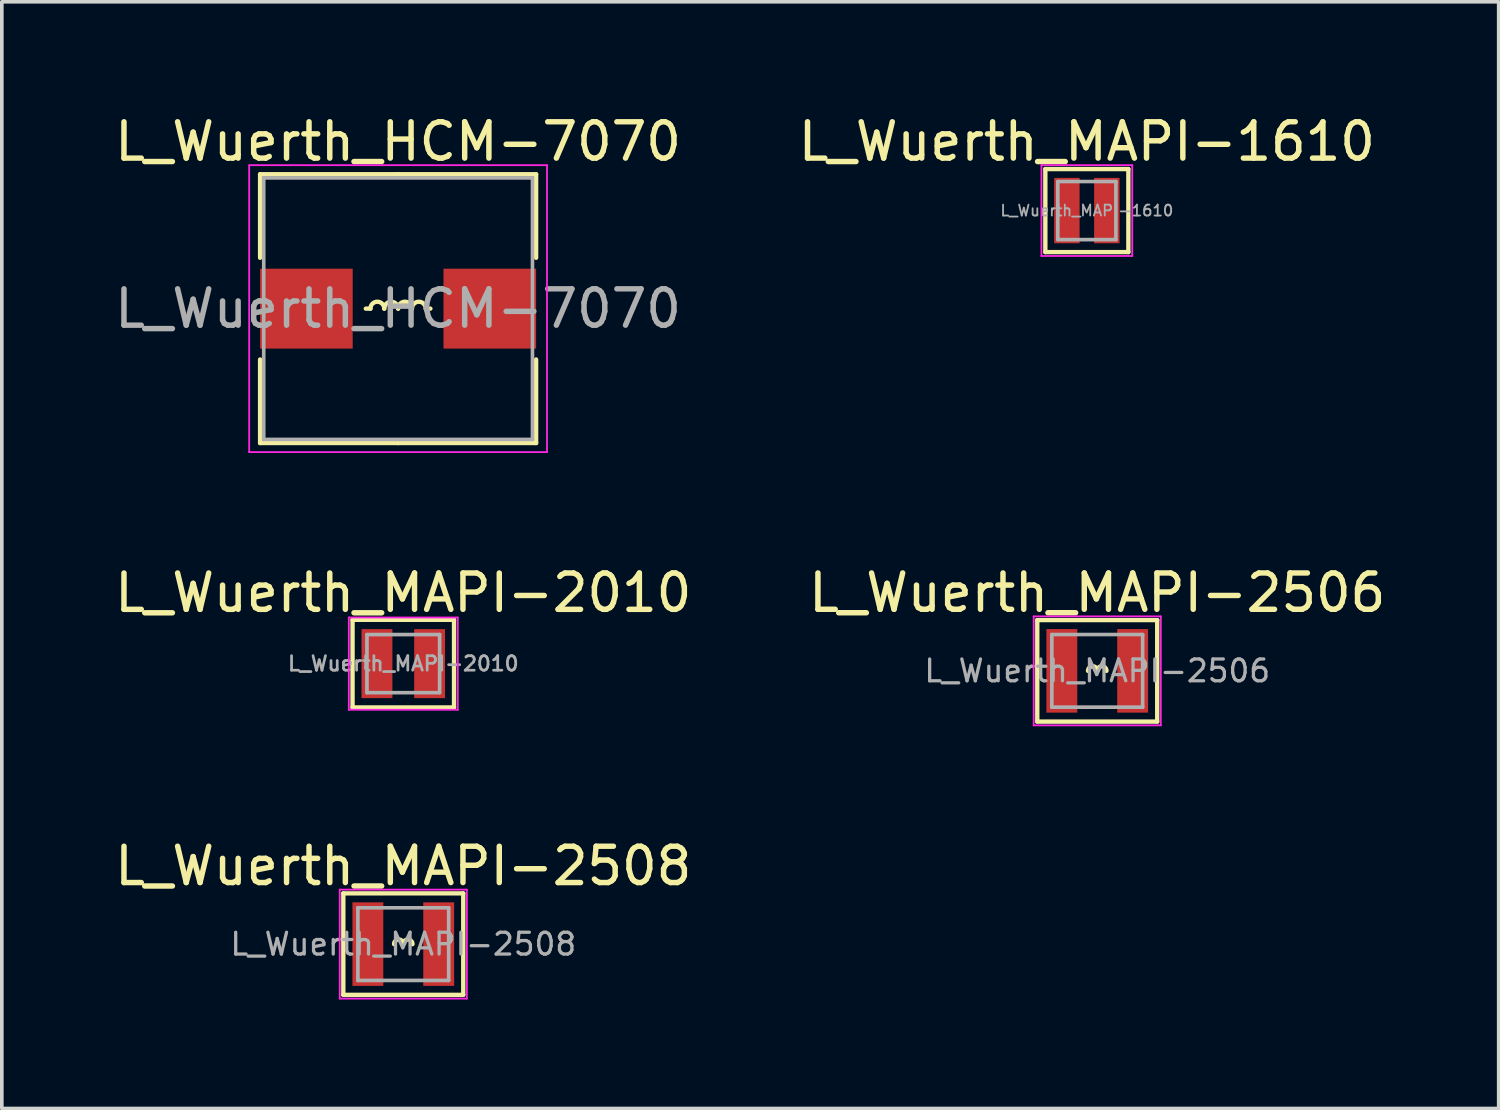
<source format=kicad_pcb>
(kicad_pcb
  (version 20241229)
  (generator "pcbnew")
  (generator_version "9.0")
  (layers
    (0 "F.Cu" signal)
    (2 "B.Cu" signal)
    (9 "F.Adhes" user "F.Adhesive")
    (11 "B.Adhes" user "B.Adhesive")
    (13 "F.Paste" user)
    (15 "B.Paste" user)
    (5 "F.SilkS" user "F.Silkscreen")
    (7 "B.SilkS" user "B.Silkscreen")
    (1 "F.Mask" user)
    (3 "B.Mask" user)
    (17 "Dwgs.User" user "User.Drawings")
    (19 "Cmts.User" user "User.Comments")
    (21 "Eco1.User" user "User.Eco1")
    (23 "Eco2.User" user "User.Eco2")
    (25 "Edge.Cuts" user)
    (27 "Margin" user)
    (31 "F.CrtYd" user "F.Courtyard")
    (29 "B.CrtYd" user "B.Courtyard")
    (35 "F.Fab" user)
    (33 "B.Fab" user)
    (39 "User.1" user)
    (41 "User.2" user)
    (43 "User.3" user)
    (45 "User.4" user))
  (footprint "L_Wuerth_MAPI-2508"
    (layer "F.Cu")
    (at 8.054 22.945)
    (property "Reference" "L_Wuerth_MAPI-2508" (at 0 -2.15 0) (layer "F.SilkS") (effects (font (size 1 1) (thickness 0.15))))
    (attr smd)
    (fp_line (start -1.651 -1.397) (end -1.651 1.397) (stroke (width 0.12) (type solid)) (layer "F.SilkS"))
    (fp_line (start -1.651 1.397) (end 1.651 1.397) (stroke (width 0.12) (type solid)) (layer "F.SilkS"))
    (fp_line (start 1.651 -1.397) (end -1.651 -1.397) (stroke (width 0.12) (type solid)) (layer "F.SilkS"))
    (fp_line (start 1.651 1.397) (end 1.651 -1.397) (stroke (width 0.12) (type solid)) (layer "F.SilkS"))
    (fp_arc (start -0.254 0) (mid -0.127 -0.127) (end 0 0) (stroke (width 0.12) (type solid)) (layer "F.SilkS"))
    (fp_arc (start 0 0) (mid 0.127 -0.127) (end 0.254 0) (stroke (width 0.12) (type solid)) (layer "F.SilkS"))
    (fp_line (start -1.75 -1.5) (end -1.75 1.5) (stroke (width 0.05) (type solid)) (layer "F.CrtYd"))
    (fp_line (start -1.75 1.5) (end 1.75 1.5) (stroke (width 0.05) (type solid)) (layer "F.CrtYd"))
    (fp_line (start 1.75 -1.5) (end -1.75 -1.5) (stroke (width 0.05) (type solid)) (layer "F.CrtYd"))
    (fp_line (start 1.75 1.5) (end 1.75 -1.5) (stroke (width 0.05) (type solid)) (layer "F.CrtYd"))
    (fp_line (start -1.25 -1) (end -1.25 1) (stroke (width 0.1) (type solid)) (layer "F.Fab"))
    (fp_line (start -1.25 1) (end 1.25 1) (stroke (width 0.1) (type solid)) (layer "F.Fab"))
    (fp_line (start 1.25 -1) (end -1.25 -1) (stroke (width 0.1) (type solid)) (layer "F.Fab"))
    (fp_line (start 1.25 1) (end 1.25 -1) (stroke (width 0.1) (type solid)) (layer "F.Fab"))
    (fp_text user "${REFERENCE}" (at 0 0 0) (layer "F.Fab") (effects (font (size 0.6 0.6) (thickness 0.09))))
    (pad "1" smd rect (at -0.975 0) (size 0.85 2.3) (layers "F.Cu" "F.Mask" "F.Paste"))
    (pad "2" smd rect (at 0.975 0) (size 0.85 2.3) (layers "F.Cu" "F.Mask" "F.Paste")))
  (footprint "L_Wuerth_MAPI-2506"
    (layer "F.Cu")
    (at 27.161 15.421)
    (property "Reference" "L_Wuerth_MAPI-2506" (at 0 -2.15 0) (layer "F.SilkS") (effects (font (size 1 1) (thickness 0.15))))
    (attr smd)
    (fp_line (start -1.651 -1.397) (end -1.651 1.397) (stroke (width 0.12) (type solid)) (layer "F.SilkS"))
    (fp_line (start -1.651 1.397) (end 1.651 1.397) (stroke (width 0.12) (type solid)) (layer "F.SilkS"))
    (fp_line (start 1.651 -1.397) (end -1.651 -1.397) (stroke (width 0.12) (type solid)) (layer "F.SilkS"))
    (fp_line (start 1.651 1.397) (end 1.651 -1.397) (stroke (width 0.12) (type solid)) (layer "F.SilkS"))
    (fp_arc (start -0.254 0) (mid -0.127 -0.127) (end 0 0) (stroke (width 0.12) (type solid)) (layer "F.SilkS"))
    (fp_arc (start 0 0) (mid 0.127 -0.127) (end 0.254 0) (stroke (width 0.12) (type solid)) (layer "F.SilkS"))
    (fp_line (start -1.75 -1.5) (end -1.75 1.5) (stroke (width 0.05) (type solid)) (layer "F.CrtYd"))
    (fp_line (start -1.75 1.5) (end 1.75 1.5) (stroke (width 0.05) (type solid)) (layer "F.CrtYd"))
    (fp_line (start 1.75 -1.5) (end -1.75 -1.5) (stroke (width 0.05) (type solid)) (layer "F.CrtYd"))
    (fp_line (start 1.75 1.5) (end 1.75 -1.5) (stroke (width 0.05) (type solid)) (layer "F.CrtYd"))
    (fp_line (start -1.25 -1) (end -1.25 1) (stroke (width 0.1) (type solid)) (layer "F.Fab"))
    (fp_line (start -1.25 1) (end 1.25 1) (stroke (width 0.1) (type solid)) (layer "F.Fab"))
    (fp_line (start 1.25 -1) (end -1.25 -1) (stroke (width 0.1) (type solid)) (layer "F.Fab"))
    (fp_line (start 1.25 1) (end 1.25 -1) (stroke (width 0.1) (type solid)) (layer "F.Fab"))
    (fp_text user "${REFERENCE}" (at 0 0 0) (layer "F.Fab") (effects (font (size 0.6 0.6) (thickness 0.09))))
    (pad "1" smd rect (at -0.975 0) (size 0.85 2.3) (layers "F.Cu" "F.Mask" "F.Paste"))
    (pad "2" smd rect (at 0.975 0) (size 0.85 2.3) (layers "F.Cu" "F.Mask" "F.Paste")))
  (footprint "L_Wuerth_MAPI-1610"
    (layer "F.Cu")
    (at 26.875 2.748)
    (property "Reference" "L_Wuerth_MAPI-1610" (at 0 -1.9 0) (layer "F.SilkS") (effects (font (size 1 1) (thickness 0.15))))
    (attr smd)
    (fp_line (start -1.143 -1.143) (end -1.143 1.143) (stroke (width 0.12) (type solid)) (layer "F.SilkS"))
    (fp_line (start -1.143 1.143) (end 1.143 1.143) (stroke (width 0.12) (type solid)) (layer "F.SilkS"))
    (fp_line (start 1.143 -1.143) (end -1.143 -1.143) (stroke (width 0.12) (type solid)) (layer "F.SilkS"))
    (fp_line (start 1.143 1.143) (end 1.143 -1.143) (stroke (width 0.12) (type solid)) (layer "F.SilkS"))
    (fp_line (start -1.25 -1.25) (end -1.25 1.25) (stroke (width 0.05) (type solid)) (layer "F.CrtYd"))
    (fp_line (start -1.25 1.25) (end 1.25 1.25) (stroke (width 0.05) (type solid)) (layer "F.CrtYd"))
    (fp_line (start 1.25 -1.25) (end -1.25 -1.25) (stroke (width 0.05) (type solid)) (layer "F.CrtYd"))
    (fp_line (start 1.25 1.25) (end 1.25 -1.25) (stroke (width 0.05) (type solid)) (layer "F.CrtYd"))
    (fp_line (start -0.8 -0.8) (end -0.8 0.8) (stroke (width 0.1) (type solid)) (layer "F.Fab"))
    (fp_line (start -0.8 0.8) (end 0.8 0.8) (stroke (width 0.1) (type solid)) (layer "F.Fab"))
    (fp_line (start 0.8 -0.8) (end -0.8 -0.8) (stroke (width 0.1) (type solid)) (layer "F.Fab"))
    (fp_line (start 0.8 0.8) (end 0.8 -0.8) (stroke (width 0.1) (type solid)) (layer "F.Fab"))
    (fp_text user "${REFERENCE}" (at 0 0 0) (layer "F.Fab") (effects (font (size 0.3 0.3) (thickness 0.05))))
    (pad "1" smd rect (at -0.55 0) (size 0.7 1.8) (layers "F.Cu" "F.Mask" "F.Paste"))
    (pad "2" smd rect (at 0.55 0) (size 0.7 1.8) (layers "F.Cu" "F.Mask" "F.Paste")))
  (footprint "L_Wuerth_HCM-7070"
    (layer "F.Cu")
    (at 7.911 5.448)
    (property "Reference" "L_Wuerth_HCM-7070" (at 0 -4.6 0) (layer "F.SilkS") (effects (font (size 1 1) (thickness 0.15))))
    (attr smd)
    (fp_line (start -3.8 -3.7) (end 0 -3.7) (stroke (width 0.12) (type solid)) (layer "F.SilkS"))
    (fp_line (start -3.8 -1.4) (end -3.8 -3.7) (stroke (width 0.12) (type solid)) (layer "F.SilkS"))
    (fp_line (start -3.8 1.4) (end -3.8 3.7) (stroke (width 0.12) (type solid)) (layer "F.SilkS"))
    (fp_line (start -3.8 3.7) (end 0 3.7) (stroke (width 0.12) (type solid)) (layer "F.SilkS"))
    (fp_line (start -0.762 0) (end -0.889 0) (stroke (width 0.12) (type solid)) (layer "F.SilkS"))
    (fp_line (start 0.762 0) (end 0.889 0) (stroke (width 0.12) (type solid)) (layer "F.SilkS"))
    (fp_line (start 3.8 -3.7) (end 0 -3.7) (stroke (width 0.12) (type solid)) (layer "F.SilkS"))
    (fp_line (start 3.8 -1.4) (end 3.8 -3.7) (stroke (width 0.12) (type solid)) (layer "F.SilkS"))
    (fp_line (start 3.8 1.4) (end 3.8 3.7) (stroke (width 0.12) (type solid)) (layer "F.SilkS"))
    (fp_line (start 3.8 3.7) (end 0 3.7) (stroke (width 0.12) (type solid)) (layer "F.SilkS"))
    (fp_arc (start -0.762 0) (mid -0.5715 -0.1905) (end -0.381 0) (stroke (width 0.12) (type solid)) (layer "F.SilkS"))
    (fp_arc (start -0.381 0) (mid -0.1905 -0.1905) (end 0 0) (stroke (width 0.12) (type solid)) (layer "F.SilkS"))
    (fp_arc (start 0 0) (mid 0.1905 -0.1905) (end 0.381 0) (stroke (width 0.12) (type solid)) (layer "F.SilkS"))
    (fp_arc (start 0.381 0) (mid 0.5715 -0.1905) (end 0.762 0) (stroke (width 0.12) (type solid)) (layer "F.SilkS"))
    (fp_line (start -4.1 -3.95) (end -4.1 3.95) (stroke (width 0.05) (type solid)) (layer "F.CrtYd"))
    (fp_line (start -4.1 3.95) (end 4.1 3.95) (stroke (width 0.05) (type solid)) (layer "F.CrtYd"))
    (fp_line (start 4.1 -3.95) (end -4.1 -3.95) (stroke (width 0.05) (type solid)) (layer "F.CrtYd"))
    (fp_line (start 4.1 3.95) (end 4.1 -3.95) (stroke (width 0.05) (type solid)) (layer "F.CrtYd"))
    (fp_line (start -3.7 -3.6) (end -3.7 3.6) (stroke (width 0.1) (type solid)) (layer "F.Fab"))
    (fp_line (start -3.7 3.6) (end 3.7 3.6) (stroke (width 0.1) (type solid)) (layer "F.Fab"))
    (fp_line (start 3.7 -3.6) (end -3.7 -3.6) (stroke (width 0.1) (type solid)) (layer "F.Fab"))
    (fp_line (start 3.7 3.6) (end 3.7 -3.6) (stroke (width 0.1) (type solid)) (layer "F.Fab"))
    (fp_text user "${REFERENCE}" (at 0 0 0) (layer "F.Fab") (effects (font (size 1 1) (thickness 0.15))))
    (pad "1" smd rect (at -2.525 0) (size 2.55 2.2) (layers "F.Cu" "F.Mask" "F.Paste"))
    (pad "2" smd rect (at 2.525 0) (size 2.55 2.2) (layers "F.Cu" "F.Mask" "F.Paste")))
  (footprint "L_Wuerth_MAPI-2010"
    (layer "F.Cu")
    (at 8.054 15.222)
    (property "Reference" "L_Wuerth_MAPI-2010" (at 0 -1.95 0) (layer "F.SilkS") (effects (font (size 1 1) (thickness 0.15))))
    (attr smd)
    (fp_line (start -1.397 -1.206) (end -1.397 1.206) (stroke (width 0.12) (type solid)) (layer "F.SilkS"))
    (fp_line (start -1.397 1.206) (end 1.397 1.206) (stroke (width 0.12) (type solid)) (layer "F.SilkS"))
    (fp_line (start 1.397 -1.206) (end -1.397 -1.206) (stroke (width 0.12) (type solid)) (layer "F.SilkS"))
    (fp_line (start 1.397 1.206) (end 1.397 -1.206) (stroke (width 0.12) (type solid)) (layer "F.SilkS"))
    (fp_line (start -1.5 -1.27) (end -1.5 1.27) (stroke (width 0.05) (type solid)) (layer "F.CrtYd"))
    (fp_line (start -1.5 1.27) (end 1.5 1.27) (stroke (width 0.05) (type solid)) (layer "F.CrtYd"))
    (fp_line (start 1.5 -1.27) (end -1.5 -1.27) (stroke (width 0.05) (type solid)) (layer "F.CrtYd"))
    (fp_line (start 1.5 1.27) (end 1.5 -1.27) (stroke (width 0.05) (type solid)) (layer "F.CrtYd"))
    (fp_line (start -1 -0.8) (end -1 0.8) (stroke (width 0.1) (type solid)) (layer "F.Fab"))
    (fp_line (start -1 0.8) (end 1 0.8) (stroke (width 0.1) (type solid)) (layer "F.Fab"))
    (fp_line (start 1 -0.8) (end -1 -0.8) (stroke (width 0.1) (type solid)) (layer "F.Fab"))
    (fp_line (start 1 0.8) (end 1 -0.8) (stroke (width 0.1) (type solid)) (layer "F.Fab"))
    (fp_text user "${REFERENCE}" (at 0 0 0) (layer "F.Fab") (effects (font (size 0.4 0.4) (thickness 0.075))))
    (pad "1" smd rect (at -0.725 0) (size 0.85 1.9) (layers "F.Cu" "F.Mask" "F.Paste"))
    (pad "2" smd rect (at 0.725 0) (size 0.85 1.9) (layers "F.Cu" "F.Mask" "F.Paste")))
  (gr_rect
    (start -3 -3)
    (end 38.214 27.47)
    (stroke (width 0.1) (type default))
    (fill no)
    (layer "Edge.Cuts")))
</source>
